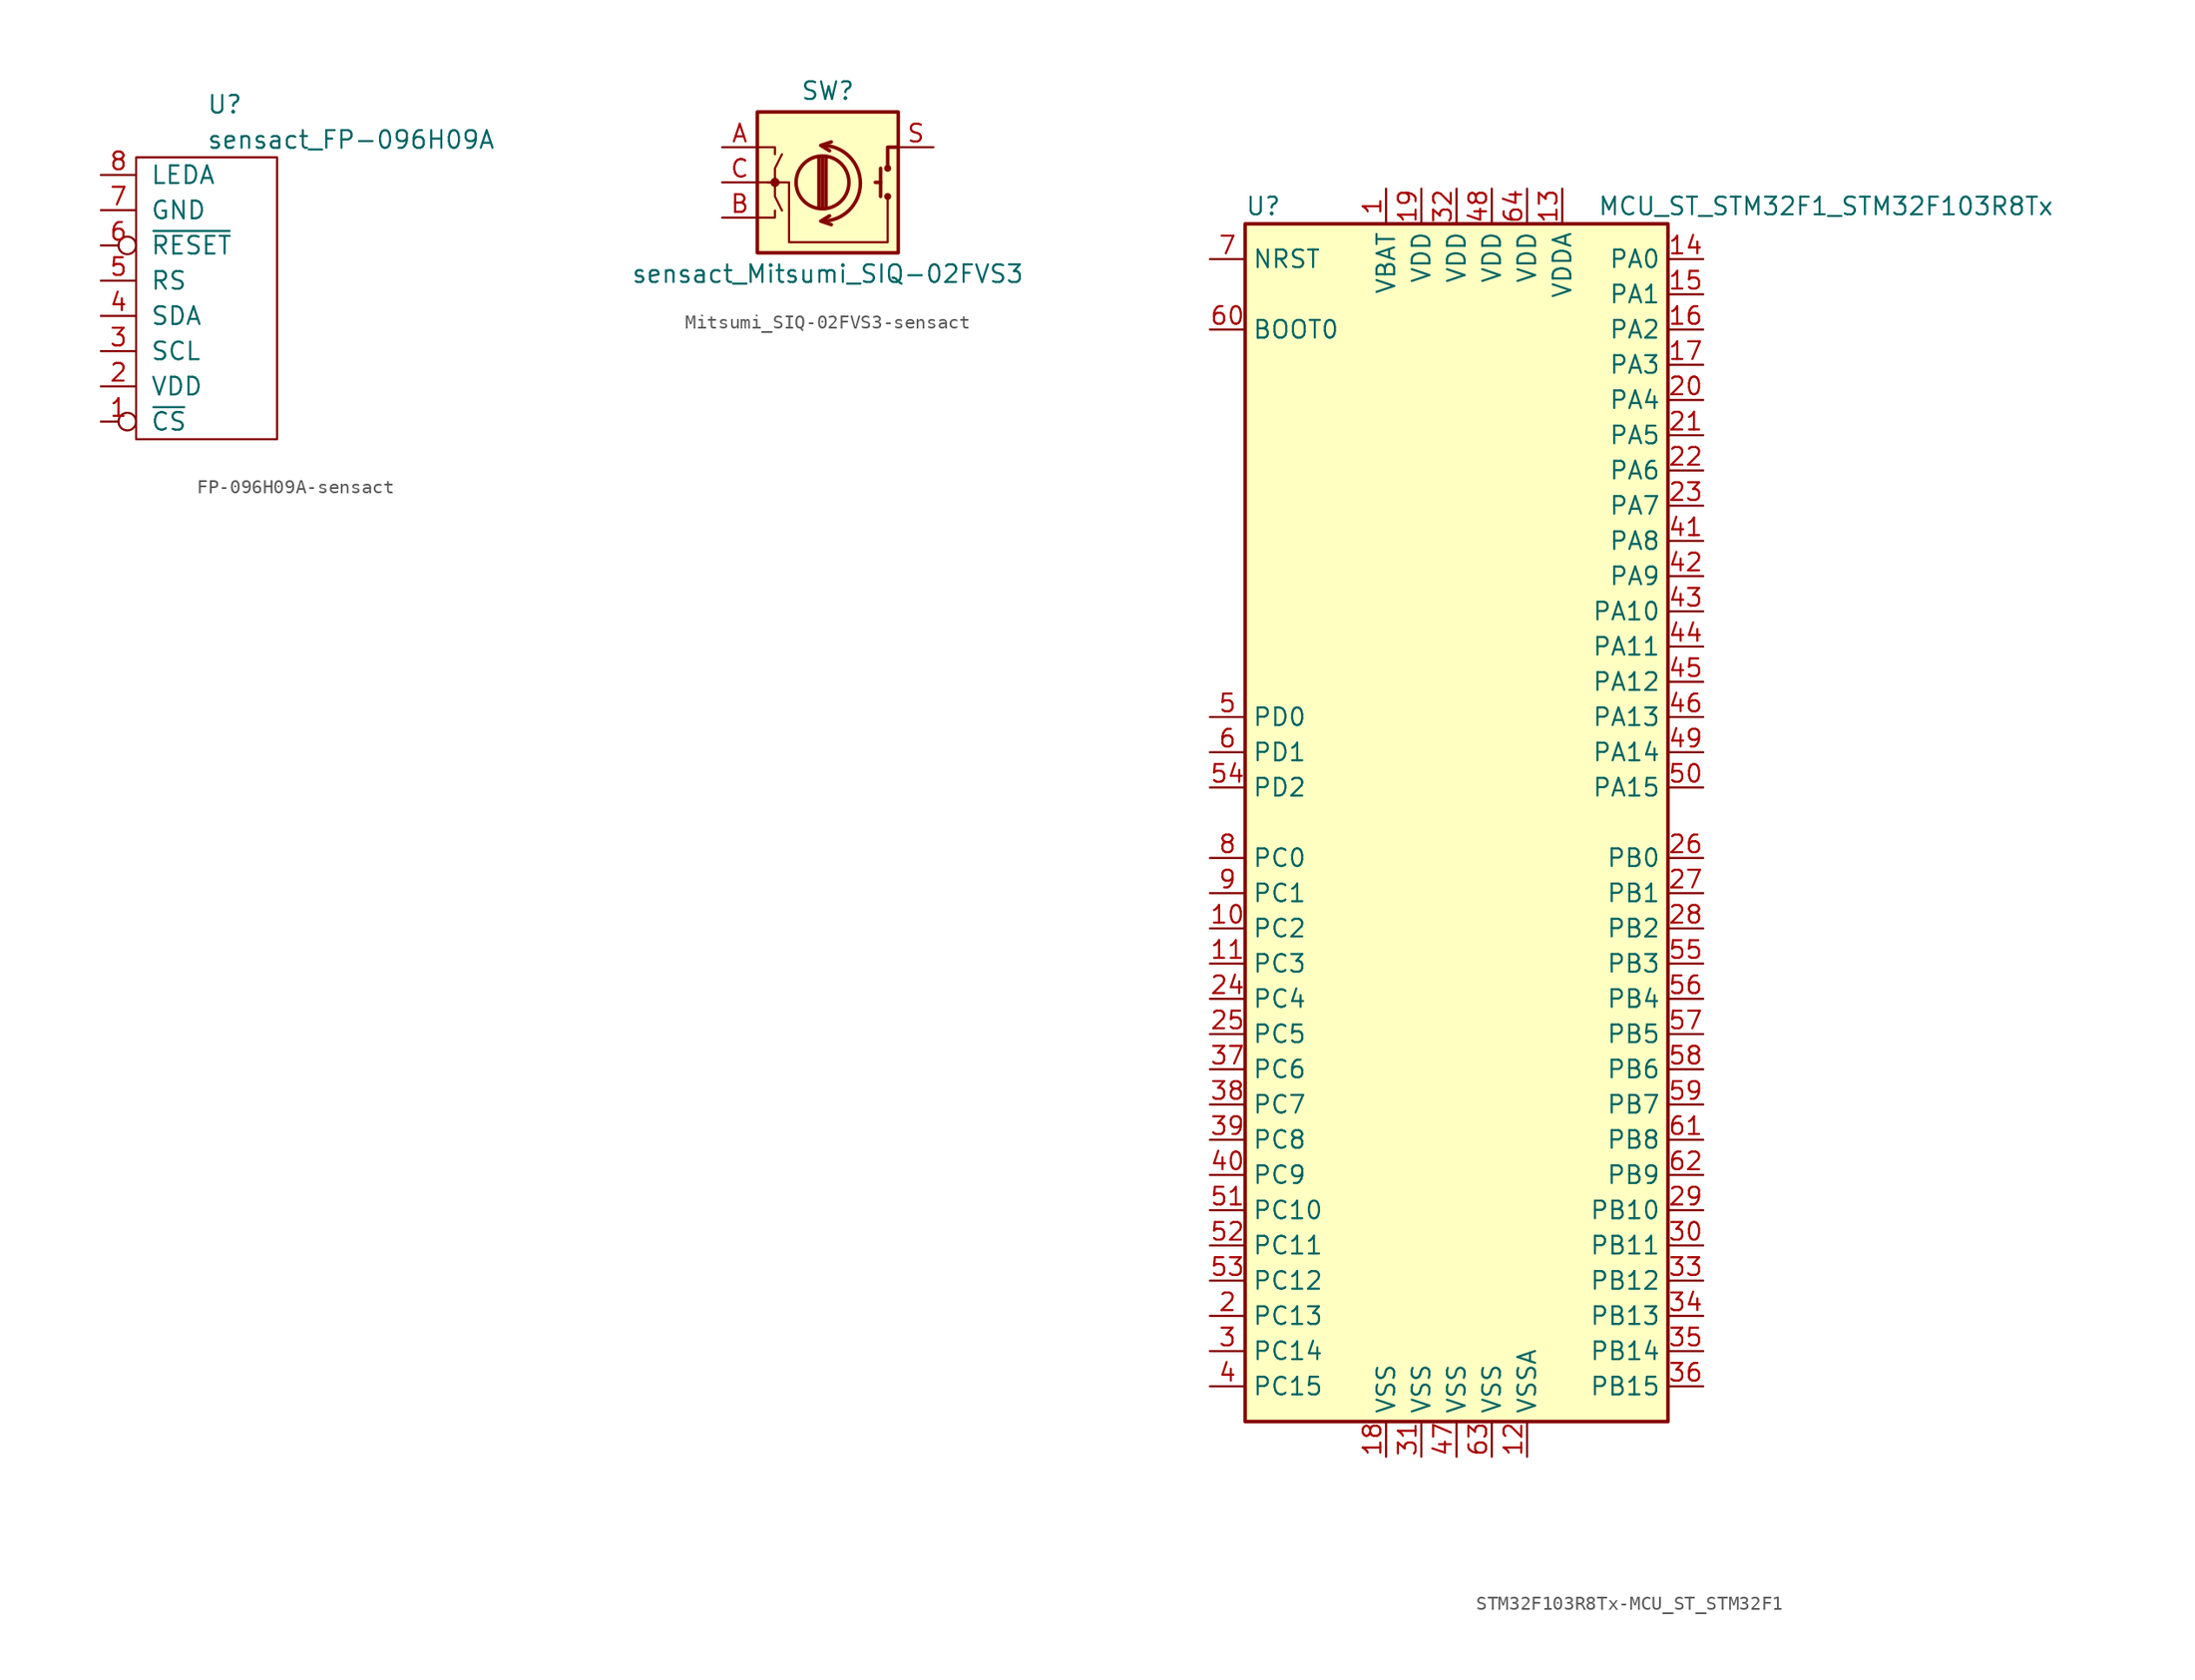
<source format=kicad_sym>
(kicad_symbol_lib
  (version 20231120)
  (generator "kicad_symbol_editor")
  (generator_version "8.0")
  (symbol "FP-096H09A-sensact"
    (pin_names
      (offset 1.016))
    (property "Reference" "U"
      (at 0 13.97 0)
      (effects (font (size 1.27 1.27)) (justify left)))
    (property "Value" "sensact_FP-096H09A"
      (at 0 11.43 0)
      (effects (font (size 1.27 1.27)) (justify left)))
    (symbol "FP-096H09A-sensact_0_1"
      (rectangle (start -5.08 10.16) (end 5.08 -10.16) (stroke (width 0) (type solid)) (fill (type none))))
    (symbol "FP-096H09A-sensact_1_1"
      (pin input inverted (at -7.62 -8.89 0) (length 2.54) (name "~{CS}" (effects (font (size 1.27 1.27)))) (number "1" (effects (font (size 1.27 1.27)))))
      (pin power_in line (at -7.62 -6.35 0) (length 2.54) (name "VDD" (effects (font (size 1.27 1.27)))) (number "2" (effects (font (size 1.27 1.27)))))
      (pin input line (at -7.62 -3.81 0) (length 2.54) (name "SCL" (effects (font (size 1.27 1.27)))) (number "3" (effects (font (size 1.27 1.27)))))
      (pin bidirectional line (at -7.62 -1.27 0) (length 2.54) (name "SDA" (effects (font (size 1.27 1.27)))) (number "4" (effects (font (size 1.27 1.27)))))
      (pin input line (at -7.62 1.27 0) (length 2.54) (name "RS" (effects (font (size 1.27 1.27)))) (number "5" (effects (font (size 1.27 1.27)))))
      (pin input inverted (at -7.62 3.81 0) (length 2.54) (name "~{RESET}" (effects (font (size 1.27 1.27)))) (number "6" (effects (font (size 1.27 1.27)))))
      (pin power_in line (at -7.62 6.35 0) (length 2.54) (name "GND" (effects (font (size 1.27 1.27)))) (number "7" (effects (font (size 1.27 1.27)))))
      (pin power_in line (at -7.62 8.89 0) (length 2.54) (name "LEDA" (effects (font (size 1.27 1.27)))) (number "8" (effects (font (size 1.27 1.27)))))))
  (symbol "Mitsumi_SIQ-02FVS3-sensact"
    (pin_names
      (offset 0.254) hide)
    (property "Reference" "SW"
      (at 0 6.604 0)
      (effects (font (size 1.27 1.27))))
    (property "Value" "sensact_Mitsumi_SIQ-02FVS3"
      (at 0 -6.604 0)
      (effects (font (size 1.27 1.27))))
    (symbol "Mitsumi_SIQ-02FVS3-sensact_0_1"
      (rectangle (start -5.08 5.08) (end 5.08 -5.08) (stroke (width 0.254) (type solid)) (fill (type background)))
      (circle (center -3.81 0) (radius 0.254) (stroke (width 0) (type solid)) (fill (type outline)))
      (arc (start -0.381 -2.794) (mid 2.3622 -0.0508) (end -0.381 2.667) (stroke (width 0.254) (type solid)) (fill (type none)))
      (circle (center -0.381 0) (radius 1.905) (stroke (width 0.254) (type solid)) (fill (type none)))
      (polyline (pts (xy -0.635 -1.778) (xy -0.635 1.778)) (stroke (width 0.254) (type solid)) (fill (type none)))
      (polyline (pts (xy -0.381 -1.778) (xy -0.381 1.778)) (stroke (width 0.254) (type solid)) (fill (type none)))
      (polyline (pts (xy -0.127 1.778) (xy -0.127 -1.778)) (stroke (width 0.254) (type solid)) (fill (type none)))
      (polyline (pts (xy 3.81 0) (xy 3.429 0)) (stroke (width 0.254) (type solid)) (fill (type none)))
      (polyline (pts (xy 3.81 1.016) (xy 3.81 -1.016)) (stroke (width 0.254) (type solid)) (fill (type none)))
      (polyline (pts (xy -5.08 -2.54) (xy -3.81 -2.54) (xy -3.81 -2.032)) (stroke (width 0) (type solid)) (fill (type none)))
      (polyline (pts (xy -5.08 2.54) (xy -3.81 2.54) (xy -3.81 2.032)) (stroke (width 0) (type solid)) (fill (type none)))
      (polyline (pts (xy 0.254 -3.048) (xy -0.508 -2.794) (xy 0.127 -2.413)) (stroke (width 0.254) (type solid)) (fill (type none)))
      (polyline (pts (xy 0.254 2.921) (xy -0.508 2.667) (xy 0.127 2.286)) (stroke (width 0.254) (type solid)) (fill (type none)))
      (polyline (pts (xy 5.08 2.54) (xy 4.318 2.54) (xy 4.318 1.016)) (stroke (width 0.254) (type solid)) (fill (type none)))
      (polyline (pts (xy -5.08 0) (xy -3.81 0) (xy -3.81 -1.016) (xy -3.302 -2.032)) (stroke (width 0) (type solid)) (fill (type none)))
      (polyline (pts (xy -4.318 0) (xy -3.81 0) (xy -3.81 1.016) (xy -3.302 2.032)) (stroke (width 0) (type solid)) (fill (type none)))
      (polyline (pts (xy 4.318 -1.016) (xy 4.318 -4.318) (xy -2.794 -4.318) (xy -2.794 0) (xy -3.81 0)) (stroke (width 0) (type solid)) (fill (type none)))
      (circle (center 4.318 -1.016) (radius 0.127) (stroke (width 0.254) (type solid)) (fill (type none)))
      (circle (center 4.318 1.016) (radius 0.127) (stroke (width 0.254) (type solid)) (fill (type none))))
    (symbol "Mitsumi_SIQ-02FVS3-sensact_1_1"
      (pin passive line (at -7.62 2.54 0) (length 2.54) (name "A" (effects (font (size 1.27 1.27)))) (number "A" (effects (font (size 1.27 1.27)))))
      (pin passive line (at -7.62 -2.54 0) (length 2.54) (name "B" (effects (font (size 1.27 1.27)))) (number "B" (effects (font (size 1.27 1.27)))))
      (pin passive line (at -7.62 0 0) (length 2.54) (name "C" (effects (font (size 1.27 1.27)))) (number "C" (effects (font (size 1.27 1.27)))))
      (pin passive line (at 7.62 2.54 180) (length 2.54) (name "S" (effects (font (size 1.27 1.27)))) (number "S" (effects (font (size 1.27 1.27)))))))
  (symbol "STM32F103R8Tx-MCU_ST_STM32F1"
    (property "Reference" "U"
      (at -15.24 44.45 0)
      (effects (font (size 1.27 1.27)) (justify left)))
    (property "Value" "MCU_ST_STM32F1_STM32F103R8Tx"
      (at 10.16 44.45 0)
      (effects (font (size 1.27 1.27)) (justify left)))
    (symbol "STM32F103R8Tx-MCU_ST_STM32F1_0_1"
      (rectangle (start -15.24 -43.18) (end 15.24 43.18) (stroke (width 0.254) (type solid)) (fill (type background))))
    (symbol "STM32F103R8Tx-MCU_ST_STM32F1_1_1"
      (pin power_in line (at -5.08 45.72 270) (length 2.54) (name "VBAT" (effects (font (size 1.27 1.27)))) (number "1" (effects (font (size 1.27 1.27)))))
      (pin bidirectional line (at -17.78 -7.62 0) (length 2.54) (name "PC2" (effects (font (size 1.27 1.27)))) (number "10" (effects (font (size 1.27 1.27)))))
      (pin bidirectional line (at -17.78 -10.16 0) (length 2.54) (name "PC3" (effects (font (size 1.27 1.27)))) (number "11" (effects (font (size 1.27 1.27)))))
      (pin power_in line (at 5.08 -45.72 90) (length 2.54) (name "VSSA" (effects (font (size 1.27 1.27)))) (number "12" (effects (font (size 1.27 1.27)))))
      (pin power_in line (at 7.62 45.72 270) (length 2.54) (name "VDDA" (effects (font (size 1.27 1.27)))) (number "13" (effects (font (size 1.27 1.27)))))
      (pin bidirectional line (at 17.78 40.64 180) (length 2.54) (name "PA0" (effects (font (size 1.27 1.27)))) (number "14" (effects (font (size 1.27 1.27)))))
      (pin bidirectional line (at 17.78 38.1 180) (length 2.54) (name "PA1" (effects (font (size 1.27 1.27)))) (number "15" (effects (font (size 1.27 1.27)))))
      (pin bidirectional line (at 17.78 35.56 180) (length 2.54) (name "PA2" (effects (font (size 1.27 1.27)))) (number "16" (effects (font (size 1.27 1.27)))))
      (pin bidirectional line (at 17.78 33.02 180) (length 2.54) (name "PA3" (effects (font (size 1.27 1.27)))) (number "17" (effects (font (size 1.27 1.27)))))
      (pin power_in line (at -5.08 -45.72 90) (length 2.54) (name "VSS" (effects (font (size 1.27 1.27)))) (number "18" (effects (font (size 1.27 1.27)))))
      (pin power_in line (at -2.54 45.72 270) (length 2.54) (name "VDD" (effects (font (size 1.27 1.27)))) (number "19" (effects (font (size 1.27 1.27)))))
      (pin bidirectional line (at -17.78 -35.56 0) (length 2.54) (name "PC13" (effects (font (size 1.27 1.27)))) (number "2" (effects (font (size 1.27 1.27)))))
      (pin bidirectional line (at 17.78 30.48 180) (length 2.54) (name "PA4" (effects (font (size 1.27 1.27)))) (number "20" (effects (font (size 1.27 1.27)))))
      (pin bidirectional line (at 17.78 27.94 180) (length 2.54) (name "PA5" (effects (font (size 1.27 1.27)))) (number "21" (effects (font (size 1.27 1.27)))))
      (pin bidirectional line (at 17.78 25.4 180) (length 2.54) (name "PA6" (effects (font (size 1.27 1.27)))) (number "22" (effects (font (size 1.27 1.27)))))
      (pin bidirectional line (at 17.78 22.86 180) (length 2.54) (name "PA7" (effects (font (size 1.27 1.27)))) (number "23" (effects (font (size 1.27 1.27)))))
      (pin bidirectional line (at -17.78 -12.7 0) (length 2.54) (name "PC4" (effects (font (size 1.27 1.27)))) (number "24" (effects (font (size 1.27 1.27)))))
      (pin bidirectional line (at -17.78 -15.24 0) (length 2.54) (name "PC5" (effects (font (size 1.27 1.27)))) (number "25" (effects (font (size 1.27 1.27)))))
      (pin bidirectional line (at 17.78 -2.54 180) (length 2.54) (name "PB0" (effects (font (size 1.27 1.27)))) (number "26" (effects (font (size 1.27 1.27)))))
      (pin bidirectional line (at 17.78 -5.08 180) (length 2.54) (name "PB1" (effects (font (size 1.27 1.27)))) (number "27" (effects (font (size 1.27 1.27)))))
      (pin bidirectional line (at 17.78 -7.62 180) (length 2.54) (name "PB2" (effects (font (size 1.27 1.27)))) (number "28" (effects (font (size 1.27 1.27)))))
      (pin bidirectional line (at 17.78 -27.94 180) (length 2.54) (name "PB10" (effects (font (size 1.27 1.27)))) (number "29" (effects (font (size 1.27 1.27)))))
      (pin bidirectional line (at -17.78 -38.1 0) (length 2.54) (name "PC14" (effects (font (size 1.27 1.27)))) (number "3" (effects (font (size 1.27 1.27)))))
      (pin bidirectional line (at 17.78 -30.48 180) (length 2.54) (name "PB11" (effects (font (size 1.27 1.27)))) (number "30" (effects (font (size 1.27 1.27)))))
      (pin power_in line (at -2.54 -45.72 90) (length 2.54) (name "VSS" (effects (font (size 1.27 1.27)))) (number "31" (effects (font (size 1.27 1.27)))))
      (pin power_in line (at 0 45.72 270) (length 2.54) (name "VDD" (effects (font (size 1.27 1.27)))) (number "32" (effects (font (size 1.27 1.27)))))
      (pin bidirectional line (at 17.78 -33.02 180) (length 2.54) (name "PB12" (effects (font (size 1.27 1.27)))) (number "33" (effects (font (size 1.27 1.27)))))
      (pin bidirectional line (at 17.78 -35.56 180) (length 2.54) (name "PB13" (effects (font (size 1.27 1.27)))) (number "34" (effects (font (size 1.27 1.27)))))
      (pin bidirectional line (at 17.78 -38.1 180) (length 2.54) (name "PB14" (effects (font (size 1.27 1.27)))) (number "35" (effects (font (size 1.27 1.27)))))
      (pin bidirectional line (at 17.78 -40.64 180) (length 2.54) (name "PB15" (effects (font (size 1.27 1.27)))) (number "36" (effects (font (size 1.27 1.27)))))
      (pin bidirectional line (at -17.78 -17.78 0) (length 2.54) (name "PC6" (effects (font (size 1.27 1.27)))) (number "37" (effects (font (size 1.27 1.27)))))
      (pin bidirectional line (at -17.78 -20.32 0) (length 2.54) (name "PC7" (effects (font (size 1.27 1.27)))) (number "38" (effects (font (size 1.27 1.27)))))
      (pin bidirectional line (at -17.78 -22.86 0) (length 2.54) (name "PC8" (effects (font (size 1.27 1.27)))) (number "39" (effects (font (size 1.27 1.27)))))
      (pin bidirectional line (at -17.78 -40.64 0) (length 2.54) (name "PC15" (effects (font (size 1.27 1.27)))) (number "4" (effects (font (size 1.27 1.27)))))
      (pin bidirectional line (at -17.78 -25.4 0) (length 2.54) (name "PC9" (effects (font (size 1.27 1.27)))) (number "40" (effects (font (size 1.27 1.27)))))
      (pin bidirectional line (at 17.78 20.32 180) (length 2.54) (name "PA8" (effects (font (size 1.27 1.27)))) (number "41" (effects (font (size 1.27 1.27)))))
      (pin bidirectional line (at 17.78 17.78 180) (length 2.54) (name "PA9" (effects (font (size 1.27 1.27)))) (number "42" (effects (font (size 1.27 1.27)))))
      (pin bidirectional line (at 17.78 15.24 180) (length 2.54) (name "PA10" (effects (font (size 1.27 1.27)))) (number "43" (effects (font (size 1.27 1.27)))))
      (pin bidirectional line (at 17.78 12.7 180) (length 2.54) (name "PA11" (effects (font (size 1.27 1.27)))) (number "44" (effects (font (size 1.27 1.27)))))
      (pin bidirectional line (at 17.78 10.16 180) (length 2.54) (name "PA12" (effects (font (size 1.27 1.27)))) (number "45" (effects (font (size 1.27 1.27)))))
      (pin bidirectional line (at 17.78 7.62 180) (length 2.54) (name "PA13" (effects (font (size 1.27 1.27)))) (number "46" (effects (font (size 1.27 1.27)))))
      (pin power_in line (at 0 -45.72 90) (length 2.54) (name "VSS" (effects (font (size 1.27 1.27)))) (number "47" (effects (font (size 1.27 1.27)))))
      (pin power_in line (at 2.54 45.72 270) (length 2.54) (name "VDD" (effects (font (size 1.27 1.27)))) (number "48" (effects (font (size 1.27 1.27)))))
      (pin bidirectional line (at 17.78 5.08 180) (length 2.54) (name "PA14" (effects (font (size 1.27 1.27)))) (number "49" (effects (font (size 1.27 1.27)))))
      (pin input line (at -17.78 7.62 0) (length 2.54) (name "PD0" (effects (font (size 1.27 1.27)))) (number "5" (effects (font (size 1.27 1.27)))))
      (pin bidirectional line (at 17.78 2.54 180) (length 2.54) (name "PA15" (effects (font (size 1.27 1.27)))) (number "50" (effects (font (size 1.27 1.27)))))
      (pin bidirectional line (at -17.78 -27.94 0) (length 2.54) (name "PC10" (effects (font (size 1.27 1.27)))) (number "51" (effects (font (size 1.27 1.27)))))
      (pin bidirectional line (at -17.78 -30.48 0) (length 2.54) (name "PC11" (effects (font (size 1.27 1.27)))) (number "52" (effects (font (size 1.27 1.27)))))
      (pin bidirectional line (at -17.78 -33.02 0) (length 2.54) (name "PC12" (effects (font (size 1.27 1.27)))) (number "53" (effects (font (size 1.27 1.27)))))
      (pin bidirectional line (at -17.78 2.54 0) (length 2.54) (name "PD2" (effects (font (size 1.27 1.27)))) (number "54" (effects (font (size 1.27 1.27)))))
      (pin bidirectional line (at 17.78 -10.16 180) (length 2.54) (name "PB3" (effects (font (size 1.27 1.27)))) (number "55" (effects (font (size 1.27 1.27)))))
      (pin bidirectional line (at 17.78 -12.7 180) (length 2.54) (name "PB4" (effects (font (size 1.27 1.27)))) (number "56" (effects (font (size 1.27 1.27)))))
      (pin bidirectional line (at 17.78 -15.24 180) (length 2.54) (name "PB5" (effects (font (size 1.27 1.27)))) (number "57" (effects (font (size 1.27 1.27)))))
      (pin bidirectional line (at 17.78 -17.78 180) (length 2.54) (name "PB6" (effects (font (size 1.27 1.27)))) (number "58" (effects (font (size 1.27 1.27)))))
      (pin bidirectional line (at 17.78 -20.32 180) (length 2.54) (name "PB7" (effects (font (size 1.27 1.27)))) (number "59" (effects (font (size 1.27 1.27)))))
      (pin input line (at -17.78 5.08 0) (length 2.54) (name "PD1" (effects (font (size 1.27 1.27)))) (number "6" (effects (font (size 1.27 1.27)))))
      (pin input line (at -17.78 35.56 0) (length 2.54) (name "BOOT0" (effects (font (size 1.27 1.27)))) (number "60" (effects (font (size 1.27 1.27)))))
      (pin bidirectional line (at 17.78 -22.86 180) (length 2.54) (name "PB8" (effects (font (size 1.27 1.27)))) (number "61" (effects (font (size 1.27 1.27)))))
      (pin bidirectional line (at 17.78 -25.4 180) (length 2.54) (name "PB9" (effects (font (size 1.27 1.27)))) (number "62" (effects (font (size 1.27 1.27)))))
      (pin power_in line (at 2.54 -45.72 90) (length 2.54) (name "VSS" (effects (font (size 1.27 1.27)))) (number "63" (effects (font (size 1.27 1.27)))))
      (pin power_in line (at 5.08 45.72 270) (length 2.54) (name "VDD" (effects (font (size 1.27 1.27)))) (number "64" (effects (font (size 1.27 1.27)))))
      (pin input line (at -17.78 40.64 0) (length 2.54) (name "NRST" (effects (font (size 1.27 1.27)))) (number "7" (effects (font (size 1.27 1.27)))))
      (pin bidirectional line (at -17.78 -2.54 0) (length 2.54) (name "PC0" (effects (font (size 1.27 1.27)))) (number "8" (effects (font (size 1.27 1.27)))))
      (pin bidirectional line (at -17.78 -5.08 0) (length 2.54) (name "PC1" (effects (font (size 1.27 1.27)))) (number "9" (effects (font (size 1.27 1.27))))))))
</source>
